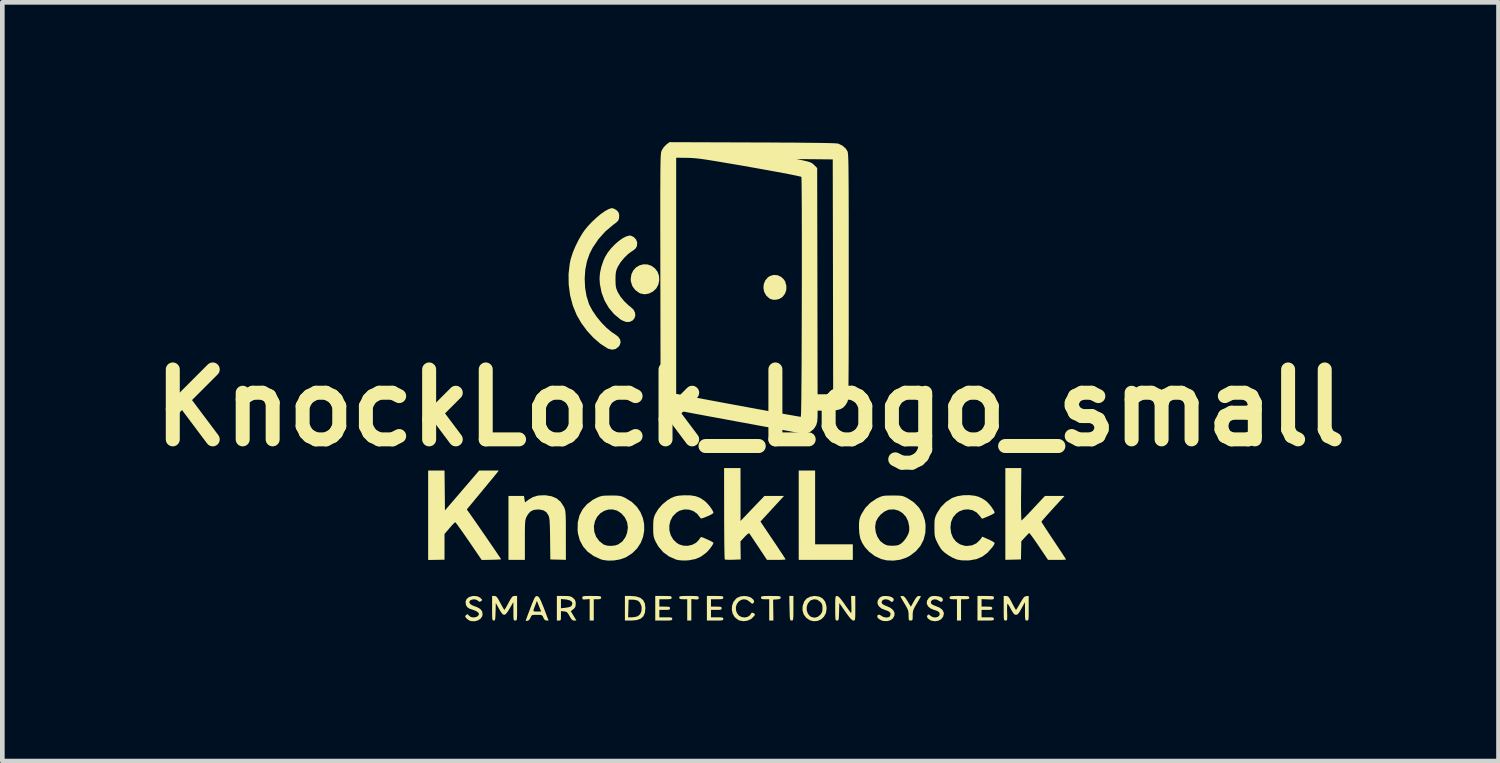
<source format=kicad_pcb>
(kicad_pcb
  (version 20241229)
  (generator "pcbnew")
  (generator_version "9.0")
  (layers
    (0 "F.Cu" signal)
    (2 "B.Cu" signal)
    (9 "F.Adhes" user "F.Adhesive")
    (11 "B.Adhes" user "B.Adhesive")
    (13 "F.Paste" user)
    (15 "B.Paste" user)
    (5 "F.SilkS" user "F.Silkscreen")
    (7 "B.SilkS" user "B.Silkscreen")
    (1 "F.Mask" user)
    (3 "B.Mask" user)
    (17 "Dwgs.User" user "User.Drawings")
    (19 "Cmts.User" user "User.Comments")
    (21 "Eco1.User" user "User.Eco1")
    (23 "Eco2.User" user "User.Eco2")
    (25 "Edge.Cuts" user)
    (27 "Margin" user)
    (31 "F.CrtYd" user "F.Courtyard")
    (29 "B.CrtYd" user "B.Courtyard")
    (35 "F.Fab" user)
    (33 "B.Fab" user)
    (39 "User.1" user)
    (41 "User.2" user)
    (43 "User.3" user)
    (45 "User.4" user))
  (footprint "KnockLock_Logo_small"
    (layer "F.Cu")
    (at 12.943 5.884)
    (property "Reference" "KnockLock_Logo_small" (at 0.107 -0.186 0) (layer "F.SilkS") (effects (font (size 1.5 1.5) (thickness 0.3))))
    (attr board_only exclude_from_pos_files exclude_from_bom)
    (fp_poly (pts (xy 1.495 1.952) (xy 1.495 2.744) (xy 1.9 2.744) (xy 2.304 2.744) (xy 2.304 2.911) (xy 2.304 3.078) (xy 1.724 3.078) (xy 1.143 3.078) (xy 1.143 2.12) (xy 1.143 1.161) (xy 1.319 1.161) (xy 1.495 1.161)) (stroke (width 0) (type solid)) (fill yes) (layer "F.SilkS"))
    (fp_poly (pts (xy 0.985 3.852) (xy 1.029 3.852) (xy 1.029 4.116) (xy 1.029 4.217) (xy 1.028 4.289) (xy 1.025 4.335) (xy 1.02 4.363) (xy 1.012 4.376) (xy 1 4.38) (xy 0.99 4.38) (xy 0.975 4.379) (xy 0.965 4.371) (xy 0.958 4.353) (xy 0.953 4.318) (xy 0.95 4.262) (xy 0.948 4.178) (xy 0.946 4.116) (xy 0.941 3.852)) (stroke (width 0) (type solid)) (fill yes) (layer "F.SilkS"))
    (fp_poly (pts (xy 0.69 -3.029) (xy 0.766 -2.994) (xy 0.828 -2.935) (xy 0.851 -2.896) (xy 0.878 -2.804) (xy 0.877 -2.715) (xy 0.849 -2.634) (xy 0.799 -2.567) (xy 0.729 -2.521) (xy 0.656 -2.503) (xy 0.586 -2.504) (xy 0.531 -2.522) (xy 0.514 -2.532) (xy 0.446 -2.593) (xy 0.403 -2.67) (xy 0.386 -2.755) (xy 0.394 -2.841) (xy 0.427 -2.92) (xy 0.485 -2.986) (xy 0.528 -3.013) (xy 0.608 -3.036)) (stroke (width 0) (type solid)) (fill yes) (layer "F.SilkS"))
    (fp_poly (pts (xy -2.103 -3.261) (xy -2.02 -3.233) (xy -1.944 -3.179) (xy -1.886 -3.104) (xy -1.855 -3.019) (xy -1.849 -2.923) (xy -1.868 -2.829) (xy -1.911 -2.749) (xy -1.912 -2.747) (xy -1.986 -2.677) (xy -2.073 -2.635) (xy -2.164 -2.62) (xy -2.252 -2.637) (xy -2.278 -2.649) (xy -2.366 -2.713) (xy -2.427 -2.797) (xy -2.458 -2.897) (xy -2.462 -2.946) (xy -2.447 -3.048) (xy -2.407 -3.132) (xy -2.347 -3.197) (xy -2.273 -3.241) (xy -2.19 -3.263)) (stroke (width 0) (type solid)) (fill yes) (layer "F.SilkS"))
    (fp_poly (pts (xy 0.634 3.853) (xy 0.694 3.854) (xy 0.731 3.858) (xy 0.749 3.866) (xy 0.756 3.877) (xy 0.756 3.886) (xy 0.75 3.908) (xy 0.726 3.92) (xy 0.675 3.926) (xy 0.594 3.931) (xy 0.597 4.156) (xy 0.6 4.38) (xy 0.555 4.38) (xy 0.51 4.38) (xy 0.51 4.151) (xy 0.51 3.923) (xy 0.422 3.923) (xy 0.369 3.921) (xy 0.343 3.913) (xy 0.335 3.896) (xy 0.334 3.887) (xy 0.336 3.873) (xy 0.346 3.863) (xy 0.37 3.857) (xy 0.414 3.853) (xy 0.483 3.852) (xy 0.545 3.852)) (stroke (width 0) (type solid)) (fill yes) (layer "F.SilkS"))
    (fp_poly (pts (xy -3.211 3.853) (xy -3.154 3.854) (xy -3.119 3.859) (xy -3.102 3.866) (xy -3.096 3.879) (xy -3.096 3.887) (xy -3.101 3.909) (xy -3.123 3.92) (xy -3.169 3.923) (xy -3.175 3.923) (xy -3.254 3.923) (xy -3.254 4.151) (xy -3.254 4.38) (xy -3.298 4.38) (xy -3.342 4.38) (xy -3.342 4.149) (xy -3.342 3.919) (xy -3.421 3.925) (xy -3.47 3.928) (xy -3.493 3.921) (xy -3.5 3.902) (xy -3.5 3.892) (xy -3.499 3.875) (xy -3.491 3.864) (xy -3.47 3.857) (xy -3.431 3.853) (xy -3.367 3.852) (xy -3.298 3.852)) (stroke (width 0) (type solid)) (fill yes) (layer "F.SilkS"))
    (fp_poly (pts (xy -1.124 3.852) (xy -1.065 3.854) (xy -1.029 3.858) (xy -1.01 3.865) (xy -1.004 3.877) (xy -1.003 3.892) (xy -1.006 3.916) (xy -1.022 3.926) (xy -1.061 3.927) (xy -1.082 3.925) (xy -1.161 3.919) (xy -1.161 4.149) (xy -1.161 4.38) (xy -1.205 4.38) (xy -1.249 4.38) (xy -1.249 4.151) (xy -1.249 3.923) (xy -1.333 3.923) (xy -1.385 3.92) (xy -1.411 3.911) (xy -1.42 3.892) (xy -1.42 3.887) (xy -1.419 3.873) (xy -1.41 3.863) (xy -1.387 3.857) (xy -1.344 3.853) (xy -1.276 3.852) (xy -1.213 3.852)) (stroke (width 0) (type solid)) (fill yes) (layer "F.SilkS"))
    (fp_poly (pts (xy 4.68 3.853) (xy 4.74 3.854) (xy 4.776 3.858) (xy 4.795 3.866) (xy 4.801 3.877) (xy 4.802 3.887) (xy 4.797 3.908) (xy 4.778 3.919) (xy 4.734 3.922) (xy 4.714 3.923) (xy 4.626 3.923) (xy 4.626 4.151) (xy 4.626 4.38) (xy 4.582 4.38) (xy 4.538 4.38) (xy 4.538 4.151) (xy 4.538 3.923) (xy 4.459 3.923) (xy 4.41 3.92) (xy 4.386 3.911) (xy 4.38 3.89) (xy 4.38 3.887) (xy 4.382 3.873) (xy 4.392 3.863) (xy 4.416 3.857) (xy 4.46 3.853) (xy 4.529 3.852) (xy 4.591 3.852)) (stroke (width 0) (type solid)) (fill yes) (layer "F.SilkS"))
    (fp_poly (pts (xy -2.345 3.862) (xy -2.256 3.891) (xy -2.195 3.941) (xy -2.158 4.013) (xy -2.146 4.108) (xy -2.146 4.113) (xy -2.157 4.212) (xy -2.189 4.287) (xy -2.247 4.339) (xy -2.33 4.369) (xy -2.442 4.38) (xy -2.449 4.38) (xy -2.586 4.38) (xy -2.586 4.31) (xy -2.517 4.31) (xy -2.436 4.31) (xy -2.374 4.304) (xy -2.317 4.289) (xy -2.304 4.283) (xy -2.258 4.241) (xy -2.231 4.177) (xy -2.227 4.101) (xy -2.234 4.061) (xy -2.264 3.993) (xy -2.31 3.952) (xy -2.379 3.934) (xy -2.415 3.932) (xy -2.507 3.931) (xy -2.512 4.12) (xy -2.517 4.31) (xy -2.586 4.31) (xy -2.586 4.116) (xy -2.586 3.852) (xy -2.462 3.852)) (stroke (width 0) (type solid)) (fill yes) (layer "F.SilkS"))
    (fp_poly (pts (xy -1.679 3.853) (xy -1.628 3.855) (xy -1.599 3.86) (xy -1.586 3.87) (xy -1.583 3.886) (xy -1.583 3.887) (xy -1.586 3.905) (xy -1.6 3.916) (xy -1.633 3.921) (xy -1.691 3.923) (xy -1.715 3.923) (xy -1.847 3.923) (xy -1.847 4.002) (xy -1.847 4.081) (xy -1.733 4.081) (xy -1.671 4.082) (xy -1.636 4.087) (xy -1.621 4.098) (xy -1.618 4.116) (xy -1.622 4.135) (xy -1.638 4.146) (xy -1.674 4.15) (xy -1.733 4.151) (xy -1.847 4.151) (xy -1.847 4.23) (xy -1.847 4.31) (xy -1.707 4.31) (xy -1.638 4.31) (xy -1.596 4.314) (xy -1.576 4.321) (xy -1.57 4.335) (xy -1.57 4.345) (xy -1.574 4.361) (xy -1.586 4.371) (xy -1.614 4.377) (xy -1.663 4.379) (xy -1.74 4.38) (xy -1.754 4.38) (xy -1.935 4.38) (xy -1.935 4.116) (xy -1.935 3.852) (xy -1.759 3.852)) (stroke (width 0) (type solid)) (fill yes) (layer "F.SilkS"))
    (fp_poly (pts (xy -0.571 3.853) (xy -0.52 3.855) (xy -0.491 3.86) (xy -0.478 3.87) (xy -0.475 3.886) (xy -0.475 3.887) (xy -0.478 3.905) (xy -0.492 3.916) (xy -0.525 3.921) (xy -0.583 3.923) (xy -0.607 3.923) (xy -0.739 3.923) (xy -0.739 4.002) (xy -0.739 4.081) (xy -0.624 4.081) (xy -0.563 4.082) (xy -0.528 4.087) (xy -0.513 4.098) (xy -0.51 4.116) (xy -0.514 4.135) (xy -0.53 4.146) (xy -0.566 4.15) (xy -0.624 4.151) (xy -0.739 4.151) (xy -0.739 4.23) (xy -0.739 4.31) (xy -0.607 4.31) (xy -0.539 4.31) (xy -0.5 4.314) (xy -0.481 4.323) (xy -0.475 4.338) (xy -0.475 4.345) (xy -0.477 4.361) (xy -0.489 4.371) (xy -0.516 4.377) (xy -0.564 4.379) (xy -0.641 4.38) (xy -0.651 4.38) (xy -0.827 4.38) (xy -0.827 4.116) (xy -0.827 3.852) (xy -0.651 3.852)) (stroke (width 0) (type solid)) (fill yes) (layer "F.SilkS"))
    (fp_poly (pts (xy 3.754 3.855) (xy 3.764 3.86) (xy 3.756 3.877) (xy 3.733 3.918) (xy 3.7 3.975) (xy 3.676 4.014) (xy 3.635 4.085) (xy 3.609 4.137) (xy 3.595 4.181) (xy 3.589 4.226) (xy 3.588 4.27) (xy 3.588 4.33) (xy 3.583 4.363) (xy 3.571 4.377) (xy 3.549 4.38) (xy 3.544 4.38) (xy 3.52 4.378) (xy 3.507 4.366) (xy 3.502 4.337) (xy 3.5 4.281) (xy 3.5 4.27) (xy 3.499 4.215) (xy 3.492 4.171) (xy 3.475 4.127) (xy 3.446 4.071) (xy 3.412 4.014) (xy 3.375 3.951) (xy 3.345 3.899) (xy 3.328 3.867) (xy 3.325 3.86) (xy 3.34 3.854) (xy 3.368 3.852) (xy 3.394 3.859) (xy 3.422 3.882) (xy 3.455 3.928) (xy 3.48 3.968) (xy 3.549 4.083) (xy 3.613 3.968) (xy 3.65 3.906) (xy 3.678 3.87) (xy 3.704 3.855) (xy 3.721 3.852)) (stroke (width 0) (type solid)) (fill yes) (layer "F.SilkS"))
    (fp_poly (pts (xy 5.234 3.853) (xy 5.285 3.855) (xy 5.314 3.86) (xy 5.326 3.87) (xy 5.33 3.885) (xy 5.33 3.892) (xy 5.328 3.912) (xy 5.317 3.923) (xy 5.29 3.928) (xy 5.239 3.927) (xy 5.198 3.926) (xy 5.066 3.92) (xy 5.066 4) (xy 5.066 4.081) (xy 5.18 4.081) (xy 5.242 4.082) (xy 5.277 4.087) (xy 5.292 4.098) (xy 5.295 4.116) (xy 5.291 4.135) (xy 5.275 4.146) (xy 5.239 4.15) (xy 5.18 4.151) (xy 5.066 4.151) (xy 5.066 4.23) (xy 5.066 4.31) (xy 5.198 4.31) (xy 5.265 4.31) (xy 5.305 4.314) (xy 5.324 4.323) (xy 5.33 4.338) (xy 5.33 4.345) (xy 5.327 4.361) (xy 5.316 4.371) (xy 5.289 4.377) (xy 5.24 4.379) (xy 5.163 4.38) (xy 5.154 4.38) (xy 4.978 4.38) (xy 4.978 4.116) (xy 4.978 3.852) (xy 5.154 3.852)) (stroke (width 0) (type solid)) (fill yes) (layer "F.SilkS"))
    (fp_poly (pts (xy 0.05 3.861) (xy 0.119 3.887) (xy 0.169 3.93) (xy 0.177 3.942) (xy 0.187 3.978) (xy 0.171 4.005) (xy 0.152 4.018) (xy 0.131 4.011) (xy 0.097 3.982) (xy 0.092 3.977) (xy 0.031 3.935) (xy -0.032 3.923) (xy -0.092 3.936) (xy -0.144 3.971) (xy -0.183 4.023) (xy -0.205 4.087) (xy -0.203 4.159) (xy -0.181 4.222) (xy -0.138 4.275) (xy -0.079 4.305) (xy -0.014 4.314) (xy 0.048 4.3) (xy 0.099 4.265) (xy 0.128 4.217) (xy 0.146 4.21) (xy 0.174 4.22) (xy 0.201 4.239) (xy 0.2 4.261) (xy 0.189 4.279) (xy 0.127 4.343) (xy 0.047 4.381) (xy -0.041 4.394) (xy -0.129 4.378) (xy -0.161 4.363) (xy -0.229 4.308) (xy -0.273 4.235) (xy -0.292 4.151) (xy -0.288 4.064) (xy -0.259 3.982) (xy -0.205 3.914) (xy -0.178 3.892) (xy -0.108 3.862) (xy -0.029 3.852)) (stroke (width 0) (type solid)) (fill yes) (layer "F.SilkS"))
    (fp_poly (pts (xy 1.583 3.866) (xy 1.658 3.907) (xy 1.71 3.974) (xy 1.737 4.065) (xy 1.741 4.13) (xy 1.726 4.222) (xy 1.684 4.298) (xy 1.622 4.355) (xy 1.545 4.388) (xy 1.46 4.394) (xy 1.381 4.373) (xy 1.303 4.32) (xy 1.25 4.248) (xy 1.224 4.161) (xy 1.227 4.084) (xy 1.315 4.084) (xy 1.315 4.158) (xy 1.338 4.227) (xy 1.381 4.282) (xy 1.416 4.303) (xy 1.486 4.319) (xy 1.551 4.3) (xy 1.605 4.256) (xy 1.636 4.214) (xy 1.651 4.169) (xy 1.653 4.114) (xy 1.65 4.055) (xy 1.635 4.013) (xy 1.603 3.975) (xy 1.602 3.974) (xy 1.539 3.932) (xy 1.469 3.923) (xy 1.401 3.946) (xy 1.384 3.959) (xy 1.338 4.014) (xy 1.315 4.084) (xy 1.227 4.084) (xy 1.228 4.066) (xy 1.261 3.97) (xy 1.311 3.909) (xy 1.385 3.869) (xy 1.476 3.852) (xy 1.486 3.852)) (stroke (width 0) (type solid)) (fill yes) (layer "F.SilkS"))
    (fp_poly (pts (xy -3.823 3.853) (xy -3.773 3.858) (xy -3.738 3.869) (xy -3.708 3.887) (xy -3.695 3.898) (xy -3.659 3.935) (xy -3.644 3.976) (xy -3.641 4.02) (xy -3.646 4.074) (xy -3.664 4.11) (xy -3.694 4.137) (xy -3.747 4.179) (xy -3.687 4.279) (xy -3.626 4.38) (xy -3.674 4.38) (xy -3.704 4.375) (xy -3.73 4.354) (xy -3.759 4.311) (xy -3.773 4.285) (xy -3.804 4.231) (xy -3.83 4.201) (xy -3.859 4.188) (xy -3.891 4.183) (xy -3.958 4.177) (xy -3.958 4.278) (xy -3.959 4.335) (xy -3.964 4.366) (xy -3.978 4.378) (xy -4.002 4.38) (xy -4.046 4.38) (xy -4.046 4.116) (xy -4.046 4.017) (xy -3.958 4.017) (xy -3.958 4.116) (xy -3.857 4.105) (xy -3.792 4.094) (xy -3.746 4.077) (xy -3.733 4.067) (xy -3.712 4.02) (xy -3.722 3.98) (xy -3.763 3.949) (xy -3.831 3.93) (xy -3.858 3.926) (xy -3.958 3.918) (xy -3.958 4.017) (xy -4.046 4.017) (xy -4.046 3.852) (xy -3.898 3.852)) (stroke (width 0) (type solid)) (fill yes) (layer "F.SilkS"))
    (fp_poly (pts (xy -0.105 1.675) (xy -0.105 2.243) (xy 0.151 1.974) (xy 0.408 1.706) (xy 0.618 1.706) (xy 0.828 1.706) (xy 0.575 1.981) (xy 0.322 2.256) (xy 0.592 2.657) (xy 0.663 2.762) (xy 0.726 2.858) (xy 0.781 2.94) (xy 0.823 3.005) (xy 0.851 3.049) (xy 0.862 3.068) (xy 0.862 3.068) (xy 0.845 3.072) (xy 0.801 3.075) (xy 0.735 3.078) (xy 0.662 3.078) (xy 0.462 3.078) (xy 0.28 2.803) (xy 0.221 2.716) (xy 0.169 2.637) (xy 0.126 2.573) (xy 0.097 2.529) (xy 0.083 2.509) (xy 0.064 2.51) (xy 0.027 2.539) (xy -0.019 2.586) (xy -0.107 2.682) (xy -0.104 2.876) (xy -0.101 3.069) (xy -0.266 3.075) (xy -0.339 3.076) (xy -0.399 3.075) (xy -0.436 3.071) (xy -0.444 3.068) (xy -0.446 3.049) (xy -0.448 2.997) (xy -0.45 2.917) (xy -0.452 2.812) (xy -0.454 2.684) (xy -0.455 2.537) (xy -0.456 2.374) (xy -0.457 2.198) (xy -0.457 2.082) (xy -0.458 1.108) (xy -0.282 1.108) (xy -0.106 1.108)) (stroke (width 0) (type solid)) (fill yes) (layer "F.SilkS"))
    (fp_poly (pts (xy 4.142 3.86) (xy 4.198 3.879) (xy 4.231 3.908) (xy 4.237 3.942) (xy 4.219 3.971) (xy 4.196 3.98) (xy 4.164 3.963) (xy 4.155 3.957) (xy 4.103 3.93) (xy 4.051 3.924) (xy 4.007 3.938) (xy 3.981 3.969) (xy 3.978 4.005) (xy 4.001 4.033) (xy 4.057 4.06) (xy 4.08 4.067) (xy 4.17 4.105) (xy 4.227 4.151) (xy 4.254 4.206) (xy 4.257 4.232) (xy 4.241 4.298) (xy 4.2 4.35) (xy 4.14 4.383) (xy 4.068 4.395) (xy 3.992 4.382) (xy 3.963 4.37) (xy 3.913 4.334) (xy 3.894 4.297) (xy 3.907 4.263) (xy 3.926 4.249) (xy 3.949 4.259) (xy 3.969 4.277) (xy 4.018 4.306) (xy 4.072 4.314) (xy 4.121 4.304) (xy 4.157 4.277) (xy 4.169 4.239) (xy 4.159 4.206) (xy 4.128 4.18) (xy 4.068 4.157) (xy 4.048 4.152) (xy 3.969 4.119) (xy 3.916 4.072) (xy 3.89 4.016) (xy 3.895 3.956) (xy 3.931 3.899) (xy 3.963 3.87) (xy 4.001 3.856) (xy 4.058 3.852) (xy 4.067 3.852)) (stroke (width 0) (type solid)) (fill yes) (layer "F.SilkS"))
    (fp_poly (pts (xy 3.085 3.859) (xy 3.141 3.879) (xy 3.175 3.906) (xy 3.183 3.939) (xy 3.161 3.973) (xy 3.16 3.973) (xy 3.136 3.981) (xy 3.108 3.961) (xy 3.105 3.958) (xy 3.063 3.932) (xy 3.01 3.923) (xy 2.961 3.932) (xy 2.938 3.948) (xy 2.92 3.988) (xy 2.936 4.022) (xy 2.985 4.053) (xy 3.026 4.068) (xy 3.112 4.107) (xy 3.17 4.157) (xy 3.199 4.215) (xy 3.196 4.276) (xy 3.161 4.337) (xy 3.108 4.374) (xy 3.037 4.392) (xy 2.96 4.389) (xy 2.908 4.373) (xy 2.858 4.342) (xy 2.83 4.307) (xy 2.829 4.276) (xy 2.845 4.259) (xy 2.876 4.253) (xy 2.911 4.274) (xy 2.914 4.277) (xy 2.957 4.302) (xy 3.01 4.314) (xy 3.06 4.312) (xy 3.094 4.295) (xy 3.097 4.291) (xy 3.115 4.244) (xy 3.102 4.205) (xy 3.057 4.174) (xy 2.993 4.152) (xy 2.915 4.119) (xy 2.861 4.072) (xy 2.834 4.017) (xy 2.836 3.958) (xy 2.87 3.9) (xy 2.875 3.895) (xy 2.91 3.868) (xy 2.952 3.855) (xy 3.012 3.852)) (stroke (width 0) (type solid)) (fill yes) (layer "F.SilkS"))
    (fp_poly (pts (xy -4.47 3.856) (xy -4.452 3.861) (xy -4.435 3.875) (xy -4.417 3.901) (xy -4.395 3.943) (xy -4.368 4.005) (xy -4.333 4.09) (xy -4.29 4.203) (xy -4.265 4.27) (xy -4.223 4.38) (xy -4.266 4.38) (xy -4.301 4.37) (xy -4.327 4.336) (xy -4.335 4.318) (xy -4.35 4.285) (xy -4.367 4.267) (xy -4.396 4.259) (xy -4.446 4.257) (xy -4.475 4.257) (xy -4.536 4.258) (xy -4.572 4.262) (xy -4.592 4.276) (xy -4.605 4.302) (xy -4.61 4.317) (xy -4.641 4.368) (xy -4.673 4.385) (xy -4.704 4.387) (xy -4.714 4.382) (xy -4.708 4.363) (xy -4.691 4.317) (xy -4.666 4.249) (xy -4.635 4.167) (xy -4.63 4.154) (xy -4.547 4.154) (xy -4.546 4.176) (xy -4.528 4.185) (xy -4.493 4.187) (xy -4.471 4.186) (xy -4.383 4.186) (xy -4.429 4.071) (xy -4.474 3.957) (xy -4.506 4.041) (xy -4.533 4.111) (xy -4.547 4.154) (xy -4.63 4.154) (xy -4.614 4.111) (xy -4.576 4.013) (xy -4.547 3.944) (xy -4.526 3.898) (xy -4.509 3.871) (xy -4.494 3.858) (xy -4.478 3.855)) (stroke (width 0) (type solid)) (fill yes) (layer "F.SilkS"))
    (fp_poly (pts (xy 2.357 4.116) (xy 2.357 4.217) (xy 2.356 4.289) (xy 2.353 4.335) (xy 2.348 4.363) (xy 2.34 4.376) (xy 2.328 4.38) (xy 2.317 4.38) (xy 2.295 4.373) (xy 2.267 4.35) (xy 2.229 4.307) (xy 2.179 4.24) (xy 2.145 4.192) (xy 2.014 4.004) (xy 2.009 4.192) (xy 2.006 4.275) (xy 2.003 4.329) (xy 1.997 4.361) (xy 1.988 4.375) (xy 1.974 4.38) (xy 1.965 4.38) (xy 1.95 4.379) (xy 1.94 4.372) (xy 1.933 4.354) (xy 1.929 4.321) (xy 1.927 4.265) (xy 1.926 4.183) (xy 1.926 4.116) (xy 1.926 4.015) (xy 1.927 3.943) (xy 1.93 3.897) (xy 1.935 3.87) (xy 1.943 3.857) (xy 1.955 3.853) (xy 1.965 3.852) (xy 1.988 3.86) (xy 2.017 3.885) (xy 2.056 3.931) (xy 2.109 4.002) (xy 2.132 4.036) (xy 2.181 4.105) (xy 2.223 4.163) (xy 2.253 4.203) (xy 2.268 4.22) (xy 2.269 4.221) (xy 2.272 4.205) (xy 2.274 4.161) (xy 2.274 4.096) (xy 2.272 4.037) (xy 2.267 3.852) (xy 2.312 3.852) (xy 2.357 3.852)) (stroke (width 0) (type solid)) (fill yes) (layer "F.SilkS"))
    (fp_poly (pts (xy -6.451 1.589) (xy -6.447 2.017) (xy -6.08 1.589) (xy -5.713 1.161) (xy -5.502 1.161) (xy -5.292 1.161) (xy -5.344 1.228) (xy -5.37 1.259) (xy -5.414 1.314) (xy -5.474 1.386) (xy -5.545 1.472) (xy -5.623 1.567) (xy -5.688 1.645) (xy -5.978 1.996) (xy -5.921 2.075) (xy -5.886 2.125) (xy -5.838 2.194) (xy -5.779 2.278) (xy -5.713 2.373) (xy -5.643 2.475) (xy -5.57 2.58) (xy -5.499 2.685) (xy -5.431 2.784) (xy -5.369 2.874) (xy -5.317 2.952) (xy -5.276 3.012) (xy -5.25 3.051) (xy -5.242 3.065) (xy -5.258 3.068) (xy -5.303 3.071) (xy -5.369 3.074) (xy -5.45 3.076) (xy -5.658 3.08) (xy -5.935 2.675) (xy -6.008 2.569) (xy -6.074 2.474) (xy -6.132 2.393) (xy -6.178 2.329) (xy -6.21 2.287) (xy -6.226 2.269) (xy -6.226 2.269) (xy -6.243 2.282) (xy -6.277 2.316) (xy -6.321 2.365) (xy -6.348 2.396) (xy -6.456 2.522) (xy -6.456 2.798) (xy -6.456 3.074) (xy -6.631 3.077) (xy -6.807 3.08) (xy -6.807 2.12) (xy -6.807 1.161) (xy -6.632 1.161) (xy -6.456 1.161)) (stroke (width 0) (type solid)) (fill yes) (layer "F.SilkS"))
    (fp_poly (pts (xy -2.457 -3.878) (xy -2.394 -3.847) (xy -2.346 -3.795) (xy -2.323 -3.732) (xy -2.322 -3.717) (xy -2.329 -3.653) (xy -2.355 -3.605) (xy -2.407 -3.561) (xy -2.434 -3.545) (xy -2.519 -3.483) (xy -2.604 -3.399) (xy -2.68 -3.306) (xy -2.737 -3.213) (xy -2.74 -3.206) (xy -2.764 -3.151) (xy -2.778 -3.101) (xy -2.785 -3.043) (xy -2.788 -2.966) (xy -2.788 -2.938) (xy -2.786 -2.852) (xy -2.781 -2.79) (xy -2.769 -2.739) (xy -2.748 -2.687) (xy -2.741 -2.67) (xy -2.683 -2.572) (xy -2.602 -2.473) (xy -2.511 -2.385) (xy -2.464 -2.349) (xy -2.402 -2.291) (xy -2.368 -2.225) (xy -2.363 -2.157) (xy -2.388 -2.095) (xy -2.422 -2.058) (xy -2.489 -2.026) (xy -2.566 -2.028) (xy -2.653 -2.063) (xy -2.684 -2.083) (xy -2.818 -2.194) (xy -2.932 -2.33) (xy -3.023 -2.487) (xy -3.087 -2.659) (xy -3.123 -2.842) (xy -3.13 -2.96) (xy -3.121 -3.076) (xy -3.093 -3.205) (xy -3.05 -3.334) (xy -3.011 -3.421) (xy -2.955 -3.514) (xy -2.884 -3.604) (xy -2.804 -3.688) (xy -2.72 -3.762) (xy -2.636 -3.821) (xy -2.558 -3.862) (xy -2.491 -3.88)) (stroke (width 0) (type solid)) (fill yes) (layer "F.SilkS"))
    (fp_poly (pts (xy -4.287 1.692) (xy -4.156 1.714) (xy -4.049 1.76) (xy -3.964 1.833) (xy -3.898 1.934) (xy -3.889 1.952) (xy -3.879 1.977) (xy -3.87 2.004) (xy -3.864 2.036) (xy -3.86 2.079) (xy -3.856 2.136) (xy -3.854 2.213) (xy -3.853 2.313) (xy -3.853 2.44) (xy -3.853 2.555) (xy -3.852 3.077) (xy -4.019 3.073) (xy -4.186 3.069) (xy -4.191 2.63) (xy -4.193 2.488) (xy -4.195 2.376) (xy -4.199 2.291) (xy -4.203 2.228) (xy -4.209 2.181) (xy -4.217 2.148) (xy -4.225 2.125) (xy -4.268 2.059) (xy -4.328 2.017) (xy -4.41 1.999) (xy -4.452 1.997) (xy -4.541 2.006) (xy -4.609 2.038) (xy -4.663 2.096) (xy -4.692 2.146) (xy -4.705 2.172) (xy -4.714 2.198) (xy -4.721 2.229) (xy -4.726 2.271) (xy -4.729 2.327) (xy -4.731 2.403) (xy -4.732 2.503) (xy -4.732 2.634) (xy -4.732 2.651) (xy -4.732 3.078) (xy -4.908 3.078) (xy -5.084 3.078) (xy -5.084 2.392) (xy -5.084 1.706) (xy -4.918 1.706) (xy -4.752 1.706) (xy -4.741 1.775) (xy -4.729 1.845) (xy -4.654 1.787) (xy -4.557 1.73) (xy -4.449 1.698) (xy -4.322 1.691)) (stroke (width 0) (type solid)) (fill yes) (layer "F.SilkS"))
    (fp_poly (pts (xy -5.753 3.859) (xy -5.703 3.882) (xy -5.687 3.895) (xy -5.656 3.924) (xy -5.649 3.941) (xy -5.665 3.958) (xy -5.671 3.963) (xy -5.7 3.978) (xy -5.724 3.967) (xy -5.737 3.955) (xy -5.776 3.932) (xy -5.823 3.924) (xy -5.869 3.931) (xy -5.906 3.948) (xy -5.924 3.975) (xy -5.918 4.004) (xy -5.901 4.026) (xy -5.877 4.044) (xy -5.838 4.063) (xy -5.775 4.086) (xy -5.763 4.09) (xy -5.691 4.129) (xy -5.649 4.182) (xy -5.639 4.247) (xy -5.648 4.289) (xy -5.683 4.34) (xy -5.741 4.377) (xy -5.812 4.395) (xy -5.886 4.391) (xy -5.919 4.381) (xy -5.957 4.357) (xy -5.988 4.329) (xy -6.011 4.3) (xy -6.009 4.28) (xy -5.993 4.262) (xy -5.971 4.244) (xy -5.952 4.251) (xy -5.932 4.273) (xy -5.892 4.303) (xy -5.84 4.313) (xy -5.787 4.307) (xy -5.743 4.286) (xy -5.719 4.252) (xy -5.717 4.237) (xy -5.733 4.208) (xy -5.774 4.178) (xy -5.832 4.154) (xy -5.843 4.15) (xy -5.917 4.126) (xy -5.964 4.096) (xy -5.991 4.056) (xy -5.997 4.041) (xy -6.005 3.974) (xy -5.982 3.918) (xy -5.933 3.877) (xy -5.861 3.855) (xy -5.819 3.852)) (stroke (width 0) (type solid)) (fill yes) (layer "F.SilkS"))
    (fp_poly (pts (xy -5.362 3.855) (xy -5.34 3.869) (xy -5.317 3.899) (xy -5.286 3.951) (xy -5.259 4.002) (xy -5.224 4.066) (xy -5.196 4.116) (xy -5.177 4.146) (xy -5.171 4.151) (xy -5.16 4.136) (xy -5.136 4.098) (xy -5.105 4.041) (xy -5.084 4.002) (xy -5.046 3.932) (xy -5.018 3.888) (xy -4.996 3.864) (xy -4.974 3.854) (xy -4.952 3.852) (xy -4.899 3.852) (xy -4.899 4.116) (xy -4.899 4.217) (xy -4.9 4.289) (xy -4.903 4.335) (xy -4.908 4.363) (xy -4.916 4.376) (xy -4.928 4.38) (xy -4.938 4.38) (xy -4.956 4.378) (xy -4.967 4.37) (xy -4.974 4.349) (xy -4.977 4.309) (xy -4.978 4.243) (xy -4.978 4.182) (xy -4.979 3.984) (xy -5.058 4.12) (xy -5.106 4.198) (xy -5.145 4.244) (xy -5.179 4.258) (xy -5.213 4.24) (xy -5.25 4.19) (xy -5.286 4.129) (xy -5.356 4.002) (xy -5.361 4.191) (xy -5.364 4.274) (xy -5.367 4.329) (xy -5.373 4.361) (xy -5.383 4.376) (xy -5.397 4.38) (xy -5.401 4.38) (xy -5.414 4.378) (xy -5.423 4.369) (xy -5.43 4.348) (xy -5.433 4.309) (xy -5.435 4.247) (xy -5.435 4.157) (xy -5.435 4.116) (xy -5.435 3.852) (xy -5.387 3.852)) (stroke (width 0) (type solid)) (fill yes) (layer "F.SilkS"))
    (fp_poly (pts (xy -2.82 -4.457) (xy -2.772 -4.429) (xy -2.763 -4.422) (xy -2.725 -4.381) (xy -2.71 -4.335) (xy -2.709 -4.309) (xy -2.711 -4.256) (xy -2.722 -4.216) (xy -2.747 -4.182) (xy -2.793 -4.143) (xy -2.838 -4.11) (xy -3.004 -3.97) (xy -3.152 -3.805) (xy -3.276 -3.622) (xy -3.342 -3.493) (xy -3.4 -3.329) (xy -3.436 -3.146) (xy -3.449 -2.954) (xy -3.44 -2.762) (xy -3.409 -2.579) (xy -3.356 -2.412) (xy -3.349 -2.395) (xy -3.282 -2.269) (xy -3.194 -2.14) (xy -3.091 -2.014) (xy -2.981 -1.901) (xy -2.87 -1.809) (xy -2.807 -1.768) (xy -2.731 -1.711) (xy -2.688 -1.649) (xy -2.678 -1.585) (xy -2.702 -1.521) (xy -2.722 -1.495) (xy -2.786 -1.446) (xy -2.859 -1.432) (xy -2.94 -1.451) (xy -2.964 -1.463) (xy -3.114 -1.56) (xy -3.261 -1.687) (xy -3.399 -1.837) (xy -3.521 -2.003) (xy -3.619 -2.172) (xy -3.703 -2.376) (xy -3.761 -2.596) (xy -3.792 -2.826) (xy -3.795 -3.056) (xy -3.769 -3.281) (xy -3.748 -3.377) (xy -3.707 -3.507) (xy -3.648 -3.649) (xy -3.578 -3.79) (xy -3.503 -3.919) (xy -3.452 -3.993) (xy -3.372 -4.09) (xy -3.283 -4.183) (xy -3.19 -4.27) (xy -3.098 -4.346) (xy -3.011 -4.406) (xy -2.935 -4.448) (xy -2.875 -4.467) (xy -2.864 -4.468)) (stroke (width 0) (type solid)) (fill yes) (layer "F.SilkS"))
    (fp_poly (pts (xy 5.914 1.671) (xy 5.913 1.808) (xy 5.913 1.932) (xy 5.914 2.041) (xy 5.916 2.129) (xy 5.918 2.192) (xy 5.921 2.227) (xy 5.923 2.232) (xy 5.938 2.22) (xy 5.974 2.185) (xy 6.026 2.132) (xy 6.091 2.065) (xy 6.164 1.987) (xy 6.181 1.968) (xy 6.426 1.706) (xy 6.636 1.706) (xy 6.846 1.706) (xy 6.598 1.977) (xy 6.524 2.059) (xy 6.459 2.131) (xy 6.406 2.191) (xy 6.369 2.234) (xy 6.351 2.257) (xy 6.35 2.259) (xy 6.359 2.276) (xy 6.386 2.318) (xy 6.427 2.382) (xy 6.48 2.463) (xy 6.542 2.558) (xy 6.612 2.662) (xy 6.614 2.665) (xy 6.683 2.769) (xy 6.746 2.864) (xy 6.8 2.946) (xy 6.841 3.009) (xy 6.868 3.052) (xy 6.878 3.069) (xy 6.878 3.069) (xy 6.861 3.073) (xy 6.817 3.076) (xy 6.751 3.078) (xy 6.685 3.078) (xy 6.492 3.078) (xy 6.296 2.787) (xy 6.236 2.699) (xy 6.182 2.622) (xy 6.137 2.56) (xy 6.105 2.519) (xy 6.089 2.501) (xy 6.088 2.501) (xy 6.071 2.516) (xy 6.038 2.55) (xy 5.998 2.592) (xy 5.919 2.678) (xy 5.915 2.874) (xy 5.911 3.069) (xy 5.744 3.073) (xy 5.576 3.077) (xy 5.576 2.093) (xy 5.576 1.108) (xy 5.748 1.108) (xy 5.919 1.108)) (stroke (width 0) (type solid)) (fill yes) (layer "F.SilkS"))
    (fp_poly (pts (xy 6.077 4.115) (xy 6.077 4.217) (xy 6.076 4.288) (xy 6.074 4.335) (xy 6.069 4.362) (xy 6.061 4.375) (xy 6.048 4.38) (xy 6.038 4.38) (xy 6.021 4.378) (xy 6.009 4.37) (xy 6.003 4.349) (xy 5.999 4.309) (xy 5.998 4.243) (xy 5.998 4.182) (xy 5.997 3.984) (xy 5.923 4.12) (xy 5.885 4.188) (xy 5.856 4.229) (xy 5.833 4.25) (xy 5.809 4.256) (xy 5.805 4.257) (xy 5.778 4.251) (xy 5.754 4.23) (xy 5.726 4.188) (xy 5.699 4.141) (xy 5.668 4.083) (xy 5.641 4.039) (xy 5.624 4.017) (xy 5.623 4.016) (xy 5.618 4.028) (xy 5.615 4.069) (xy 5.613 4.132) (xy 5.614 4.193) (xy 5.617 4.276) (xy 5.616 4.33) (xy 5.613 4.361) (xy 5.605 4.375) (xy 5.591 4.38) (xy 5.58 4.38) (xy 5.565 4.379) (xy 5.555 4.372) (xy 5.548 4.355) (xy 5.543 4.322) (xy 5.542 4.267) (xy 5.541 4.186) (xy 5.541 4.116) (xy 5.541 3.852) (xy 5.592 3.852) (xy 5.617 3.855) (xy 5.639 3.867) (xy 5.661 3.895) (xy 5.689 3.943) (xy 5.72 4.002) (xy 5.753 4.066) (xy 5.781 4.116) (xy 5.8 4.146) (xy 5.805 4.151) (xy 5.816 4.137) (xy 5.841 4.098) (xy 5.874 4.042) (xy 5.894 4.006) (xy 5.935 3.937) (xy 5.964 3.893) (xy 5.989 3.868) (xy 6.014 3.858) (xy 6.026 3.856) (xy 6.077 3.851)) (stroke (width 0) (type solid)) (fill yes) (layer "F.SilkS"))
    (fp_poly (pts (xy -2.795 1.698) (xy -2.731 1.701) (xy -2.683 1.708) (xy -2.641 1.72) (xy -2.594 1.741) (xy -2.568 1.754) (xy -2.437 1.836) (xy -2.332 1.937) (xy -2.253 2.053) (xy -2.2 2.18) (xy -2.173 2.314) (xy -2.172 2.45) (xy -2.196 2.584) (xy -2.246 2.712) (xy -2.322 2.829) (xy -2.424 2.932) (xy -2.551 3.015) (xy -2.579 3.029) (xy -2.691 3.068) (xy -2.817 3.09) (xy -2.944 3.094) (xy -3.06 3.079) (xy -3.105 3.065) (xy -3.259 2.994) (xy -3.386 2.902) (xy -3.484 2.789) (xy -3.554 2.658) (xy -3.594 2.508) (xy -3.601 2.435) (xy -3.599 2.355) (xy -3.251 2.355) (xy -3.243 2.473) (xy -3.204 2.581) (xy -3.138 2.673) (xy -3.048 2.744) (xy -3.034 2.752) (xy -2.963 2.773) (xy -2.877 2.778) (xy -2.79 2.767) (xy -2.728 2.745) (xy -2.64 2.682) (xy -2.576 2.593) (xy -2.54 2.503) (xy -2.522 2.384) (xy -2.538 2.27) (xy -2.587 2.166) (xy -2.664 2.079) (xy -2.752 2.022) (xy -2.846 1.996) (xy -2.941 1.998) (xy -3.032 2.027) (xy -3.114 2.079) (xy -3.181 2.153) (xy -3.228 2.246) (xy -3.251 2.355) (xy -3.251 2.355) (xy -3.599 2.355) (xy -3.597 2.272) (xy -3.561 2.124) (xy -3.494 1.994) (xy -3.398 1.882) (xy -3.273 1.789) (xy -3.202 1.752) (xy -3.15 1.728) (xy -3.105 1.713) (xy -3.059 1.703) (xy -3.002 1.699) (xy -2.924 1.698) (xy -2.884 1.697)) (stroke (width 0) (type solid)) (fill yes) (layer "F.SilkS"))
    (fp_poly (pts (xy 3.248 1.698) (xy 3.312 1.7) (xy 3.36 1.706) (xy 3.4 1.718) (xy 3.441 1.736) (xy 3.48 1.756) (xy 3.614 1.844) (xy 3.722 1.954) (xy 3.801 2.083) (xy 3.85 2.229) (xy 3.865 2.336) (xy 3.86 2.497) (xy 3.823 2.645) (xy 3.755 2.777) (xy 3.657 2.892) (xy 3.531 2.988) (xy 3.45 3.031) (xy 3.319 3.075) (xy 3.175 3.094) (xy 3.03 3.088) (xy 2.909 3.059) (xy 2.774 2.995) (xy 2.652 2.902) (xy 2.564 2.805) (xy 2.505 2.714) (xy 2.465 2.621) (xy 2.444 2.516) (xy 2.436 2.388) (xy 2.436 2.375) (xy 2.783 2.375) (xy 2.796 2.484) (xy 2.832 2.585) (xy 2.888 2.668) (xy 2.905 2.685) (xy 2.973 2.737) (xy 3.041 2.766) (xy 3.123 2.775) (xy 3.17 2.775) (xy 3.24 2.769) (xy 3.289 2.757) (xy 3.33 2.734) (xy 3.354 2.716) (xy 3.401 2.67) (xy 3.447 2.608) (xy 3.471 2.567) (xy 3.5 2.506) (xy 3.513 2.454) (xy 3.515 2.395) (xy 3.513 2.362) (xy 3.49 2.248) (xy 3.441 2.151) (xy 3.371 2.074) (xy 3.285 2.021) (xy 3.188 1.995) (xy 3.082 2) (xy 3.059 2.006) (xy 2.981 2.042) (xy 2.905 2.102) (xy 2.842 2.177) (xy 2.801 2.255) (xy 2.797 2.269) (xy 2.783 2.375) (xy 2.436 2.375) (xy 2.436 2.375) (xy 2.437 2.291) (xy 2.443 2.231) (xy 2.454 2.181) (xy 2.474 2.128) (xy 2.491 2.093) (xy 2.571 1.964) (xy 2.679 1.853) (xy 2.809 1.765) (xy 2.831 1.754) (xy 2.882 1.73) (xy 2.924 1.714) (xy 2.967 1.704) (xy 3.02 1.699) (xy 3.092 1.698) (xy 3.157 1.697)) (stroke (width 0) (type solid)) (fill yes) (layer "F.SilkS"))
    (fp_poly (pts (xy 4.927 1.703) (xy 5.002 1.724) (xy 5.073 1.757) (xy 5.142 1.8) (xy 5.177 1.827) (xy 5.222 1.873) (xy 5.268 1.929) (xy 5.308 1.986) (xy 5.337 2.035) (xy 5.347 2.066) (xy 5.332 2.081) (xy 5.292 2.104) (xy 5.235 2.131) (xy 5.221 2.137) (xy 5.16 2.163) (xy 5.111 2.183) (xy 5.085 2.194) (xy 5.083 2.195) (xy 5.067 2.185) (xy 5.041 2.153) (xy 5.026 2.132) (xy 4.959 2.06) (xy 4.874 2.013) (xy 4.779 1.994) (xy 4.681 2.002) (xy 4.587 2.038) (xy 4.526 2.081) (xy 4.454 2.165) (xy 4.412 2.266) (xy 4.398 2.383) (xy 4.413 2.502) (xy 4.454 2.605) (xy 4.519 2.687) (xy 4.604 2.745) (xy 4.705 2.776) (xy 4.758 2.779) (xy 4.865 2.765) (xy 4.956 2.722) (xy 5.033 2.648) (xy 5.053 2.622) (xy 5.082 2.58) (xy 5.215 2.638) (xy 5.276 2.667) (xy 5.322 2.694) (xy 5.346 2.713) (xy 5.347 2.717) (xy 5.338 2.743) (xy 5.313 2.785) (xy 5.297 2.807) (xy 5.194 2.924) (xy 5.082 3.008) (xy 4.955 3.062) (xy 4.809 3.088) (xy 4.767 3.09) (xy 4.638 3.088) (xy 4.537 3.07) (xy 4.53 3.068) (xy 4.441 3.03) (xy 4.349 2.976) (xy 4.265 2.915) (xy 4.21 2.861) (xy 4.178 2.816) (xy 4.141 2.753) (xy 4.109 2.691) (xy 4.085 2.638) (xy 4.069 2.592) (xy 4.06 2.545) (xy 4.056 2.486) (xy 4.055 2.403) (xy 4.055 2.383) (xy 4.055 2.296) (xy 4.058 2.233) (xy 4.066 2.185) (xy 4.08 2.142) (xy 4.102 2.092) (xy 4.112 2.073) (xy 4.191 1.949) (xy 4.296 1.841) (xy 4.419 1.759) (xy 4.446 1.745) (xy 4.552 1.71) (xy 4.676 1.691) (xy 4.806 1.689)) (stroke (width 0) (type solid)) (fill yes) (layer "F.SilkS"))
    (fp_poly (pts (xy -1.175 1.694) (xy -1.063 1.713) (xy -0.966 1.752) (xy -0.876 1.813) (xy -0.862 1.824) (xy -0.814 1.872) (xy -0.766 1.928) (xy -0.725 1.986) (xy -0.696 2.036) (xy -0.686 2.068) (xy -0.701 2.084) (xy -0.741 2.108) (xy -0.799 2.136) (xy -0.821 2.145) (xy -0.887 2.172) (xy -0.929 2.186) (xy -0.952 2.189) (xy -0.966 2.181) (xy -0.973 2.169) (xy -1.037 2.087) (xy -1.12 2.029) (xy -1.215 1.999) (xy -1.315 1.996) (xy -1.413 2.023) (xy -1.48 2.064) (xy -1.559 2.143) (xy -1.609 2.238) (xy -1.633 2.341) (xy -1.631 2.447) (xy -1.603 2.548) (xy -1.55 2.64) (xy -1.472 2.715) (xy -1.423 2.745) (xy -1.333 2.773) (xy -1.236 2.776) (xy -1.141 2.754) (xy -1.058 2.71) (xy -1 2.65) (xy -0.974 2.613) (xy -0.957 2.59) (xy -0.956 2.588) (xy -0.938 2.59) (xy -0.898 2.604) (xy -0.845 2.627) (xy -0.788 2.653) (xy -0.737 2.678) (xy -0.7 2.7) (xy -0.686 2.712) (xy -0.698 2.744) (xy -0.728 2.792) (xy -0.77 2.848) (xy -0.818 2.902) (xy -0.844 2.926) (xy -0.955 3.009) (xy -1.077 3.061) (xy -1.216 3.087) (xy -1.266 3.09) (xy -1.362 3.09) (xy -1.443 3.082) (xy -1.486 3.072) (xy -1.637 3.006) (xy -1.763 2.914) (xy -1.864 2.797) (xy -1.923 2.695) (xy -1.948 2.64) (xy -1.964 2.594) (xy -1.973 2.547) (xy -1.978 2.488) (xy -1.979 2.407) (xy -1.979 2.383) (xy -1.978 2.294) (xy -1.974 2.23) (xy -1.966 2.18) (xy -1.952 2.135) (xy -1.931 2.088) (xy -1.867 1.984) (xy -1.779 1.885) (xy -1.676 1.8) (xy -1.592 1.75) (xy -1.535 1.725) (xy -1.481 1.709) (xy -1.419 1.699) (xy -1.336 1.693) (xy -1.31 1.692)) (stroke (width 0) (type solid)) (fill yes) (layer "F.SilkS"))
    (fp_poly (pts (xy 0.148 -5.878) (xy 0.483 -5.877) (xy 0.785 -5.875) (xy 1.054 -5.874) (xy 1.29 -5.871) (xy 1.492 -5.869) (xy 1.66 -5.867) (xy 1.794 -5.864) (xy 1.893 -5.861) (xy 1.958 -5.857) (xy 1.988 -5.854) (xy 1.988 -5.854) (xy 2.076 -5.813) (xy 2.148 -5.752) (xy 2.187 -5.693) (xy 2.191 -5.683) (xy 2.195 -5.668) (xy 2.198 -5.647) (xy 2.201 -5.617) (xy 2.204 -5.579) (xy 2.206 -5.529) (xy 2.208 -5.466) (xy 2.21 -5.388) (xy 2.211 -5.294) (xy 2.212 -5.182) (xy 2.213 -5.051) (xy 2.214 -4.898) (xy 2.215 -4.722) (xy 2.215 -4.521) (xy 2.216 -4.294) (xy 2.216 -4.039) (xy 2.216 -3.754) (xy 2.216 -3.437) (xy 2.216 -3.088) (xy 2.216 -3) (xy 2.216 -2.642) (xy 2.216 -2.318) (xy 2.216 -2.026) (xy 2.216 -1.763) (xy 2.215 -1.53) (xy 2.215 -1.323) (xy 2.214 -1.141) (xy 2.213 -0.983) (xy 2.212 -0.846) (xy 2.211 -0.73) (xy 2.21 -0.632) (xy 2.208 -0.551) (xy 2.206 -0.485) (xy 2.204 -0.432) (xy 2.202 -0.391) (xy 2.199 -0.361) (xy 2.196 -0.338) (xy 2.192 -0.323) (xy 2.188 -0.312) (xy 2.188 -0.311) (xy 2.147 -0.242) (xy 2.1 -0.191) (xy 2.041 -0.157) (xy 1.965 -0.136) (xy 1.865 -0.125) (xy 1.76 -0.123) (xy 1.548 -0.123) (xy 1.548 0.001) (xy 1.541 0.108) (xy 1.518 0.19) (xy 1.476 0.257) (xy 1.449 0.285) (xy 1.393 0.329) (xy 1.335 0.355) (xy 1.266 0.366) (xy 1.18 0.36) (xy 1.073 0.342) (xy 1.032 0.334) (xy 0.96 0.32) (xy 0.862 0.302) (xy 0.742 0.28) (xy 0.604 0.254) (xy 0.453 0.226) (xy 0.292 0.197) (xy 0.193 0.178) (xy -0.101 0.124) (xy -0.362 0.076) (xy -0.593 0.033) (xy -0.796 -0.004) (xy -0.971 -0.037) (xy -1.122 -0.065) (xy -1.25 -0.089) (xy -1.357 -0.11) (xy -1.445 -0.128) (xy -1.516 -0.142) (xy -1.572 -0.154) (xy -1.615 -0.164) (xy -1.647 -0.173) (xy -1.67 -0.18) (xy -1.686 -0.186) (xy -1.696 -0.19) (xy -1.743 -0.227) (xy -1.784 -0.27) (xy -1.821 -0.319) (xy -1.825 -2.975) (xy -1.825 -3.017) (xy -1.486 -3.017) (xy -1.486 -0.484) (xy -1.407 -0.469) (xy -1.289 -0.446) (xy -1.151 -0.42) (xy -0.996 -0.391) (xy -0.828 -0.359) (xy -0.649 -0.326) (xy -0.463 -0.291) (xy -0.273 -0.256) (xy -0.082 -0.221) (xy 0.107 -0.186) (xy 0.29 -0.152) (xy 0.465 -0.12) (xy 0.629 -0.09) (xy 0.777 -0.063) (xy 0.907 -0.039) (xy 1.017 -0.02) (xy 1.102 -0.005) (xy 1.159 0.005) (xy 1.186 0.009) (xy 1.187 0.009) (xy 1.19 -0.009) (xy 1.193 -0.062) (xy 1.195 -0.15) (xy 1.197 -0.272) (xy 1.2 -0.43) (xy 1.201 -0.621) (xy 1.203 -0.846) (xy 1.205 -1.106) (xy 1.206 -1.399) (xy 1.207 -1.726) (xy 1.208 -2.086) (xy 1.209 -2.48) (xy 1.209 -2.56) (xy 1.21 -2.858) (xy 1.21 -3.146) (xy 1.21 -3.422) (xy 1.21 -3.685) (xy 1.21 -3.933) (xy 1.209 -4.163) (xy 1.209 -4.373) (xy 1.208 -4.563) (xy 1.207 -4.729) (xy 1.206 -4.869) (xy 1.205 -4.983) (xy 1.203 -5.067) (xy 1.202 -5.119) (xy 1.2 -5.139) (xy 1.2 -5.139) (xy 1.179 -5.146) (xy 1.127 -5.158) (xy 1.045 -5.175) (xy 0.937 -5.197) (xy 0.806 -5.222) (xy 0.654 -5.25) (xy 0.485 -5.281) (xy 0.301 -5.314) (xy 0.106 -5.349) (xy -0.099 -5.385) (xy -0.31 -5.421) (xy -0.465 -5.447) (xy -0.637 -5.476) (xy -0.779 -5.499) (xy -0.896 -5.517) (xy -0.93 -5.521) (xy 1.099 -5.521) (xy 1.257 -5.488) (xy 1.337 -5.469) (xy 1.392 -5.451) (xy 1.433 -5.43) (xy 1.468 -5.4) (xy 1.476 -5.392) (xy 1.539 -5.329) (xy 1.544 -2.902) (xy 1.548 -0.475) (xy 1.715 -0.475) (xy 1.882 -0.475) (xy 1.878 -2.995) (xy 1.873 -5.514) (xy 1.486 -5.518) (xy 1.099 -5.521) (xy -0.93 -5.521) (xy -0.995 -5.53) (xy -1.078 -5.539) (xy -1.153 -5.544) (xy -1.223 -5.547) (xy -1.266 -5.548) (xy -1.486 -5.55) (xy -1.486 -3.017) (xy -1.825 -3.017) (xy -1.826 -3.333) (xy -1.826 -3.657) (xy -1.827 -3.949) (xy -1.827 -4.211) (xy -1.827 -4.445) (xy -1.827 -4.652) (xy -1.827 -4.834) (xy -1.826 -4.993) (xy -1.826 -5.13) (xy -1.825 -5.247) (xy -1.824 -5.347) (xy -1.822 -5.429) (xy -1.821 -5.497) (xy -1.819 -5.552) (xy -1.816 -5.595) (xy -1.814 -5.629) (xy -1.811 -5.655) (xy -1.807 -5.674) (xy -1.803 -5.689) (xy -1.799 -5.701) (xy -1.796 -5.707) (xy -1.76 -5.766) (xy -1.711 -5.821) (xy -1.696 -5.833) (xy -1.63 -5.884)) (stroke (width 0) (type solid)) (fill yes) (layer "F.SilkS")))
  (gr_rect
    (start -3 -3)
    (end 29.1 13.279)
    (stroke (width 0.1) (type default))
    (fill no)
    (layer "Edge.Cuts")))
</source>
